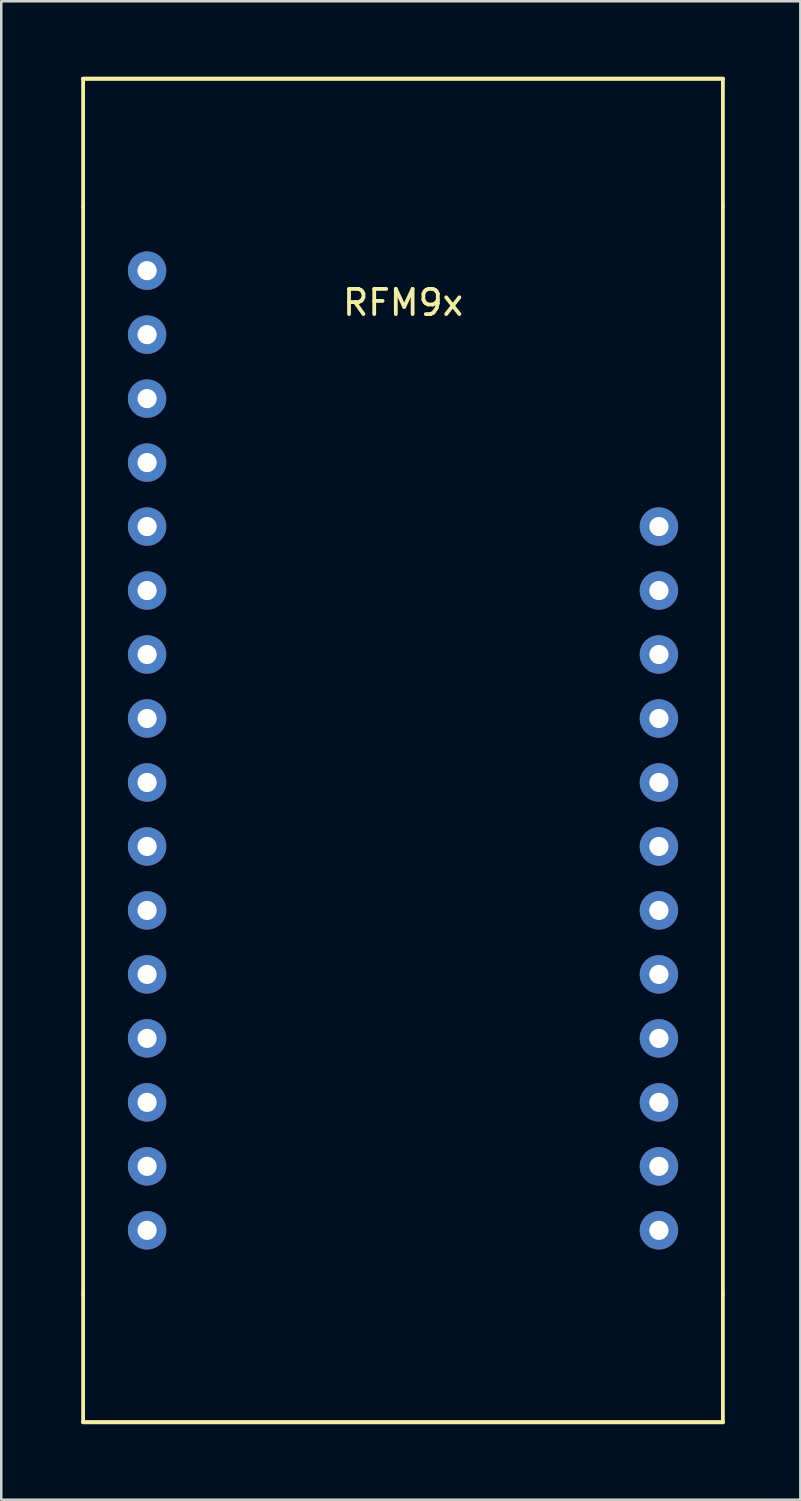
<source format=kicad_pcb>
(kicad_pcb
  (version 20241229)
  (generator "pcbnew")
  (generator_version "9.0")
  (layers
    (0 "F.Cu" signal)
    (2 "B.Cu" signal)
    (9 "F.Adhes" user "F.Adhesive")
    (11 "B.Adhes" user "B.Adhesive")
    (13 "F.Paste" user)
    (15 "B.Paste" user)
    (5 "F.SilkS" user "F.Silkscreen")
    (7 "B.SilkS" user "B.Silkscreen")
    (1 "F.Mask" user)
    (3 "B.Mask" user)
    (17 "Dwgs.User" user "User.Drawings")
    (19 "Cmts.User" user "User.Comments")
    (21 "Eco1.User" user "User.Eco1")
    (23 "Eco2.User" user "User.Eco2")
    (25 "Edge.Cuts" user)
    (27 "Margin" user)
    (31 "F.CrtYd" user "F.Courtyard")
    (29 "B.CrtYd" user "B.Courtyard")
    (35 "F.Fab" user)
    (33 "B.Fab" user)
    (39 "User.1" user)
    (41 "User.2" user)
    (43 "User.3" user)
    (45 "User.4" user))
  (footprint "RFM9x"
    (layer "F.Cu")
    (at 0.25 5.155)
    (property "Reference" "RFM9x" (at 12.7 3.81 0) (layer "F.SilkS") (effects (font (size 1 1) (thickness 0.15))))
    (attr through_hole)
    (fp_line (start 0 -5.08) (end 0 0) (stroke (width 0.15) (type solid)) (layer "F.SilkS"))
    (fp_line (start 0 0) (end 0 43.18) (stroke (width 0.15) (type solid)) (layer "F.SilkS"))
    (fp_line (start 0 48.26) (end 0 43.18) (stroke (width 0.15) (type solid)) (layer "F.SilkS"))
    (fp_line (start 0 48.26) (end 25.4 48.26) (stroke (width 0.15) (type solid)) (layer "F.SilkS"))
    (fp_line (start 25.4 -5.08) (end 0 -5.08) (stroke (width 0.15) (type solid)) (layer "F.SilkS"))
    (fp_line (start 25.4 -5.08) (end 0 -5.08) (stroke (width 0.15) (type solid)) (layer "F.SilkS"))
    (fp_line (start 25.4 0) (end 25.4 -5.08) (stroke (width 0.15) (type solid)) (layer "F.SilkS"))
    (fp_line (start 25.4 43.18) (end 25.4 0) (stroke (width 0.15) (type solid)) (layer "F.SilkS"))
    (fp_line (start 25.4 43.18) (end 25.4 48.26) (stroke (width 0.15) (type solid)) (layer "F.SilkS"))
    (fp_line (start 25.4 48.26) (end 0 48.26) (stroke (width 0.15) (type solid)) (layer "F.SilkS"))
    (pad "1" thru_hole circle (at 2.54 2.54) (size 1.524 1.524) (drill 0.762) (layers "*.Cu" "*.Mask"))
    (pad "2" thru_hole circle (at 2.54 5.08) (size 1.524 1.524) (drill 0.762) (layers "*.Cu" "*.Mask"))
    (pad "3" thru_hole circle (at 2.54 7.62) (size 1.524 1.524) (drill 0.762) (layers "*.Cu" "*.Mask"))
    (pad "4" thru_hole circle (at 2.54 10.16) (size 1.524 1.524) (drill 0.762) (layers "*.Cu" "*.Mask"))
    (pad "5" thru_hole circle (at 2.54 12.7) (size 1.524 1.524) (drill 0.762) (layers "*.Cu" "*.Mask"))
    (pad "6" thru_hole circle (at 2.54 15.24) (size 1.524 1.524) (drill 0.762) (layers "*.Cu" "*.Mask"))
    (pad "7" thru_hole circle (at 2.54 17.78) (size 1.524 1.524) (drill 0.762) (layers "*.Cu" "*.Mask"))
    (pad "8" thru_hole circle (at 2.54 20.32) (size 1.524 1.524) (drill 0.762) (layers "*.Cu" "*.Mask"))
    (pad "9" thru_hole circle (at 2.54 22.86) (size 1.524 1.524) (drill 0.762) (layers "*.Cu" "*.Mask"))
    (pad "10" thru_hole circle (at 2.54 25.4) (size 1.524 1.524) (drill 0.762) (layers "*.Cu" "*.Mask"))
    (pad "11" thru_hole circle (at 2.54 27.94) (size 1.524 1.524) (drill 0.762) (layers "*.Cu" "*.Mask"))
    (pad "12" thru_hole circle (at 2.54 30.48) (size 1.524 1.524) (drill 0.762) (layers "*.Cu" "*.Mask"))
    (pad "13" thru_hole circle (at 2.54 33.02) (size 1.524 1.524) (drill 0.762) (layers "*.Cu" "*.Mask"))
    (pad "14" thru_hole circle (at 2.54 35.56) (size 1.524 1.524) (drill 0.762) (layers "*.Cu" "*.Mask"))
    (pad "15" thru_hole circle (at 2.54 38.1) (size 1.524 1.524) (drill 0.762) (layers "*.Cu" "*.Mask"))
    (pad "16" thru_hole circle (at 2.54 40.64) (size 1.524 1.524) (drill 0.762) (layers "*.Cu" "*.Mask"))
    (pad "17" thru_hole circle (at 22.86 12.7) (size 1.524 1.524) (drill 0.762) (layers "*.Cu" "*.Mask"))
    (pad "18" thru_hole circle (at 22.86 15.24) (size 1.524 1.524) (drill 0.762) (layers "*.Cu" "*.Mask"))
    (pad "19" thru_hole circle (at 22.86 17.78) (size 1.524 1.524) (drill 0.762) (layers "*.Cu" "*.Mask"))
    (pad "20" thru_hole circle (at 22.86 20.32) (size 1.524 1.524) (drill 0.762) (layers "*.Cu" "*.Mask"))
    (pad "21" thru_hole circle (at 22.86 22.86) (size 1.524 1.524) (drill 0.762) (layers "*.Cu" "*.Mask"))
    (pad "22" thru_hole circle (at 22.86 25.4) (size 1.524 1.524) (drill 0.762) (layers "*.Cu" "*.Mask"))
    (pad "23" thru_hole circle (at 22.86 27.94) (size 1.524 1.524) (drill 0.762) (layers "*.Cu" "*.Mask"))
    (pad "24" thru_hole circle (at 22.86 30.48) (size 1.524 1.524) (drill 0.762) (layers "*.Cu" "*.Mask"))
    (pad "25" thru_hole circle (at 22.86 33.02) (size 1.524 1.524) (drill 0.762) (layers "*.Cu" "*.Mask"))
    (pad "26" thru_hole circle (at 22.86 35.56) (size 1.524 1.524) (drill 0.762) (layers "*.Cu" "*.Mask"))
    (pad "27" thru_hole circle (at 22.86 38.1) (size 1.524 1.524) (drill 0.762) (layers "*.Cu" "*.Mask"))
    (pad "28" thru_hole circle (at 22.86 40.64) (size 1.524 1.524) (drill 0.762) (layers "*.Cu" "*.Mask")))
  (gr_rect
    (start -3 -3)
    (end 28.725 56.49)
    (stroke (width 0.1) (type default))
    (fill no)
    (layer "Edge.Cuts")))
</source>
